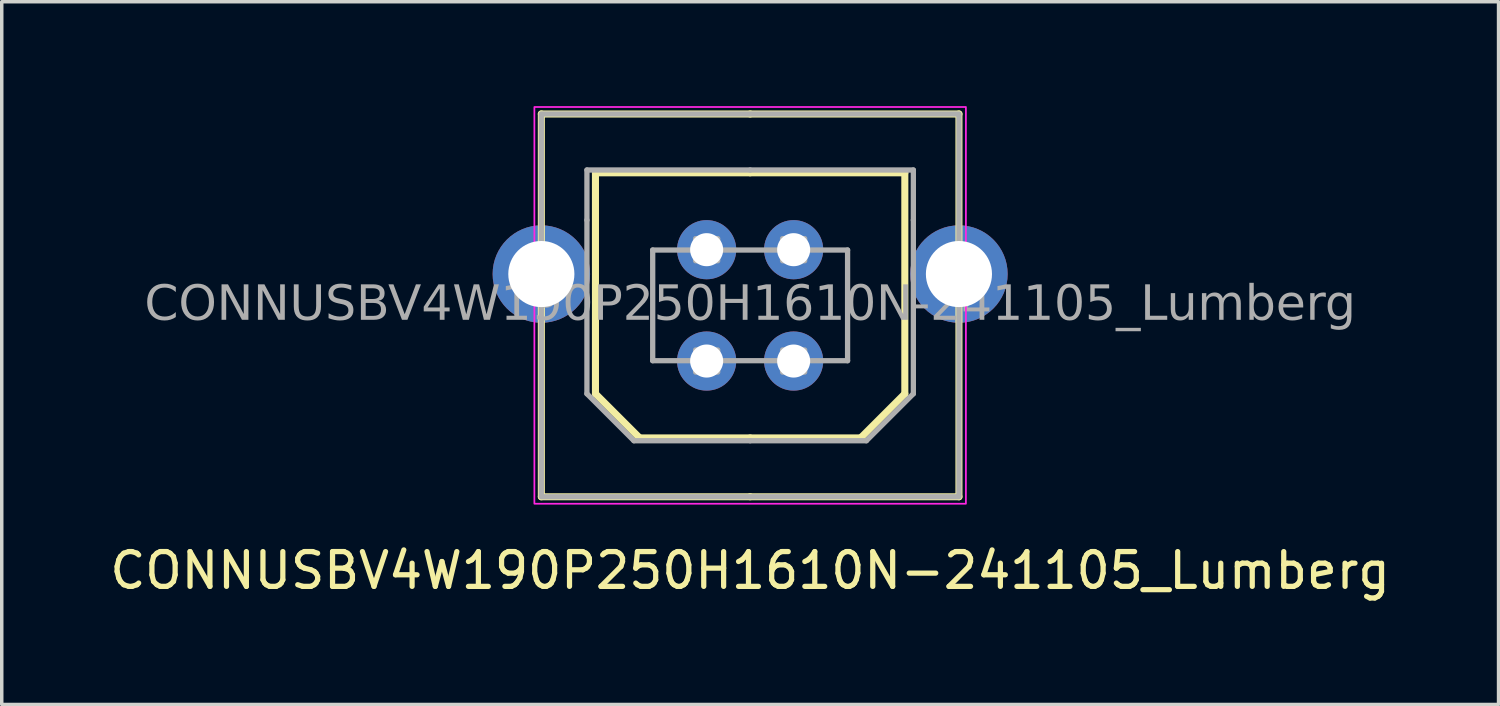
<source format=kicad_pcb>
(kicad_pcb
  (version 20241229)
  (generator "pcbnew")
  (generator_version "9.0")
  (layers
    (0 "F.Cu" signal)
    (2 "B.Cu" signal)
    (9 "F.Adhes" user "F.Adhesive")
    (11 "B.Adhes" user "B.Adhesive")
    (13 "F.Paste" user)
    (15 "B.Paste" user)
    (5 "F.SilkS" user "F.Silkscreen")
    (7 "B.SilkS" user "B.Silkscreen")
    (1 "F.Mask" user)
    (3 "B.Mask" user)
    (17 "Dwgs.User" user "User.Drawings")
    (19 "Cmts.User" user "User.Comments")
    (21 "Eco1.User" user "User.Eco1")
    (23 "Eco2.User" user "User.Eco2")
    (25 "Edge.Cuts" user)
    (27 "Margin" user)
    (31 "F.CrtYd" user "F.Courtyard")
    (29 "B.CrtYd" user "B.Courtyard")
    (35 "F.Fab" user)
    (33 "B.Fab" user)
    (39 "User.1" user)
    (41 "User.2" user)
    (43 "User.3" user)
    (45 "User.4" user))
  (footprint "CONNUSBV4W190P250H1610N-241105_Lumberg"
    (layer "F.Cu")
    (at 18.506 5.725)
    (property "Reference" "CONNUSBV4W190P250H1610N-241105_Lumberg" (at 0 7.62 0) (layer "F.SilkS") (effects (font (size 1 1) (thickness 0.15))))
    (attr through_hole)
    (fp_line (start -6 -5.5) (end -6 5.5) (stroke (width 0.203) (type solid)) (layer "F.SilkS"))
    (fp_line (start -4.445 -3.81) (end -4.445 2.54) (stroke (width 0.203) (type solid)) (layer "F.SilkS"))
    (fp_line (start -4.445 2.54) (end -3.175 3.81) (stroke (width 0.203) (type solid)) (layer "F.SilkS"))
    (fp_line (start 0 -5.5) (end -6 -5.5) (stroke (width 0.203) (type solid)) (layer "F.SilkS"))
    (fp_line (start 0 -5.5) (end 6 -5.5) (stroke (width 0.203) (type solid)) (layer "F.SilkS"))
    (fp_line (start 0 -3.81) (end -4.445 -3.81) (stroke (width 0.203) (type solid)) (layer "F.SilkS"))
    (fp_line (start 0 -3.81) (end 4.445 -3.81) (stroke (width 0.203) (type solid)) (layer "F.SilkS"))
    (fp_line (start 0 3.81) (end -3.175 3.81) (stroke (width 0.203) (type solid)) (layer "F.SilkS"))
    (fp_line (start 0 3.81) (end 3.175 3.81) (stroke (width 0.203) (type solid)) (layer "F.SilkS"))
    (fp_line (start 0 5.5) (end -6 5.5) (stroke (width 0.203) (type solid)) (layer "F.SilkS"))
    (fp_line (start 0 5.5) (end 6 5.5) (stroke (width 0.203) (type solid)) (layer "F.SilkS"))
    (fp_line (start 4.445 2.54) (end 3.175 3.81) (stroke (width 0.203) (type solid)) (layer "F.SilkS"))
    (fp_line (start 4.445 -3.81) (end 4.445 2.54) (stroke (width 0.203) (type solid)) (layer "F.SilkS"))
    (fp_line (start 6 -5.5) (end 6 5.5) (stroke (width 0.203) (type solid)) (layer "F.SilkS"))
    (fp_rect (start -6.2 -5.7) (end 6.2 5.7) (stroke (width 0.05) (type default)) (fill no) (layer "F.CrtYd"))
    (fp_line (start -4.69 -3.89) (end 0 -3.89) (stroke (width 0.152) (type default)) (layer "F.Fab"))
    (fp_line (start -4.69 -2.45) (end -4.69 -3.89) (stroke (width 0.152) (type default)) (layer "F.Fab"))
    (fp_line (start -4.69 2.54) (end -4.69 -2.45) (stroke (width 0.152) (type default)) (layer "F.Fab"))
    (fp_line (start -3.34 3.89) (end -4.69 2.54) (stroke (width 0.152) (type default)) (layer "F.Fab"))
    (fp_line (start -3.34 3.89) (end 0 3.89) (stroke (width 0.152) (type default)) (layer "F.Fab"))
    (fp_line (start -2.8 -1.59) (end -2.8 1.59) (stroke (width 0.152) (type default)) (layer "F.Fab"))
    (fp_line (start 2.8 -1.59) (end -2.8 -1.59) (stroke (width 0.152) (type default)) (layer "F.Fab"))
    (fp_line (start 2.8 -1.59) (end 2.8 1.59) (stroke (width 0.152) (type default)) (layer "F.Fab"))
    (fp_line (start 2.8 1.59) (end -2.8 1.59) (stroke (width 0.152) (type default)) (layer "F.Fab"))
    (fp_line (start 3.34 3.89) (end 0 3.89) (stroke (width 0.152) (type default)) (layer "F.Fab"))
    (fp_line (start 3.34 3.89) (end 4.69 2.54) (stroke (width 0.152) (type default)) (layer "F.Fab"))
    (fp_line (start 4.69 -3.89) (end 0 -3.89) (stroke (width 0.152) (type default)) (layer "F.Fab"))
    (fp_line (start 4.69 -2.45) (end 4.69 -3.89) (stroke (width 0.152) (type default)) (layer "F.Fab"))
    (fp_line (start 4.69 2.54) (end 4.69 -2.45) (stroke (width 0.152) (type default)) (layer "F.Fab"))
    (fp_rect (start -6 -5.5) (end 6 5.5) (stroke (width 0.152) (type default)) (fill no) (layer "F.Fab"))
    (fp_rect (start -1.567 -1.282) (end -0.932 -1.917) (stroke (width 0.152) (type solid)) (fill no) (layer "F.Fab"))
    (fp_rect (start -1.567 1.917) (end -0.932 1.282) (stroke (width 0.152) (type solid)) (fill no) (layer "F.Fab"))
    (fp_rect (start 0.932 -1.282) (end 1.567 -1.917) (stroke (width 0.152) (type solid)) (fill no) (layer "F.Fab"))
    (fp_rect (start 0.932 1.917) (end 1.567 1.282) (stroke (width 0.152) (type solid)) (fill no) (layer "F.Fab"))
    (fp_text user "${REFERENCE}" (at 0 0 0) (layer "F.Fab") (effects (font (face "Tahoma") (size 1 1) (thickness 0.15))))
    (pad "1" thru_hole circle (at -1.25 1.6) (size 1.7 1.7) (drill 0.95) (layers "*.Cu" "*.Mask"))
    (pad "2" thru_hole circle (at 1.25 1.6) (size 1.7 1.7) (drill 0.95) (layers "*.Cu" "*.Mask"))
    (pad "3" thru_hole circle (at 1.25 -1.6) (size 1.7 1.7) (drill 0.95) (layers "*.Cu" "*.Mask"))
    (pad "4" thru_hole circle (at -1.25 -1.6) (size 1.7 1.7) (drill 0.95) (layers "*.Cu" "*.Mask"))
    (pad "SH1" thru_hole circle (at -6 -0.9) (size 2.8 2.8) (drill 1.9) (property pad_prop_heatsink) (layers "*.Cu" "*.Mask"))
    (pad "SH2" thru_hole circle (at 6 -0.9) (size 2.8 2.8) (drill 1.9) (property pad_prop_heatsink) (layers "*.Cu" "*.Mask")))
  (gr_rect
    (start -3 -3)
    (end 40.012 17.193)
    (stroke (width 0.1) (type default))
    (fill no)
    (layer "Edge.Cuts")))
</source>
